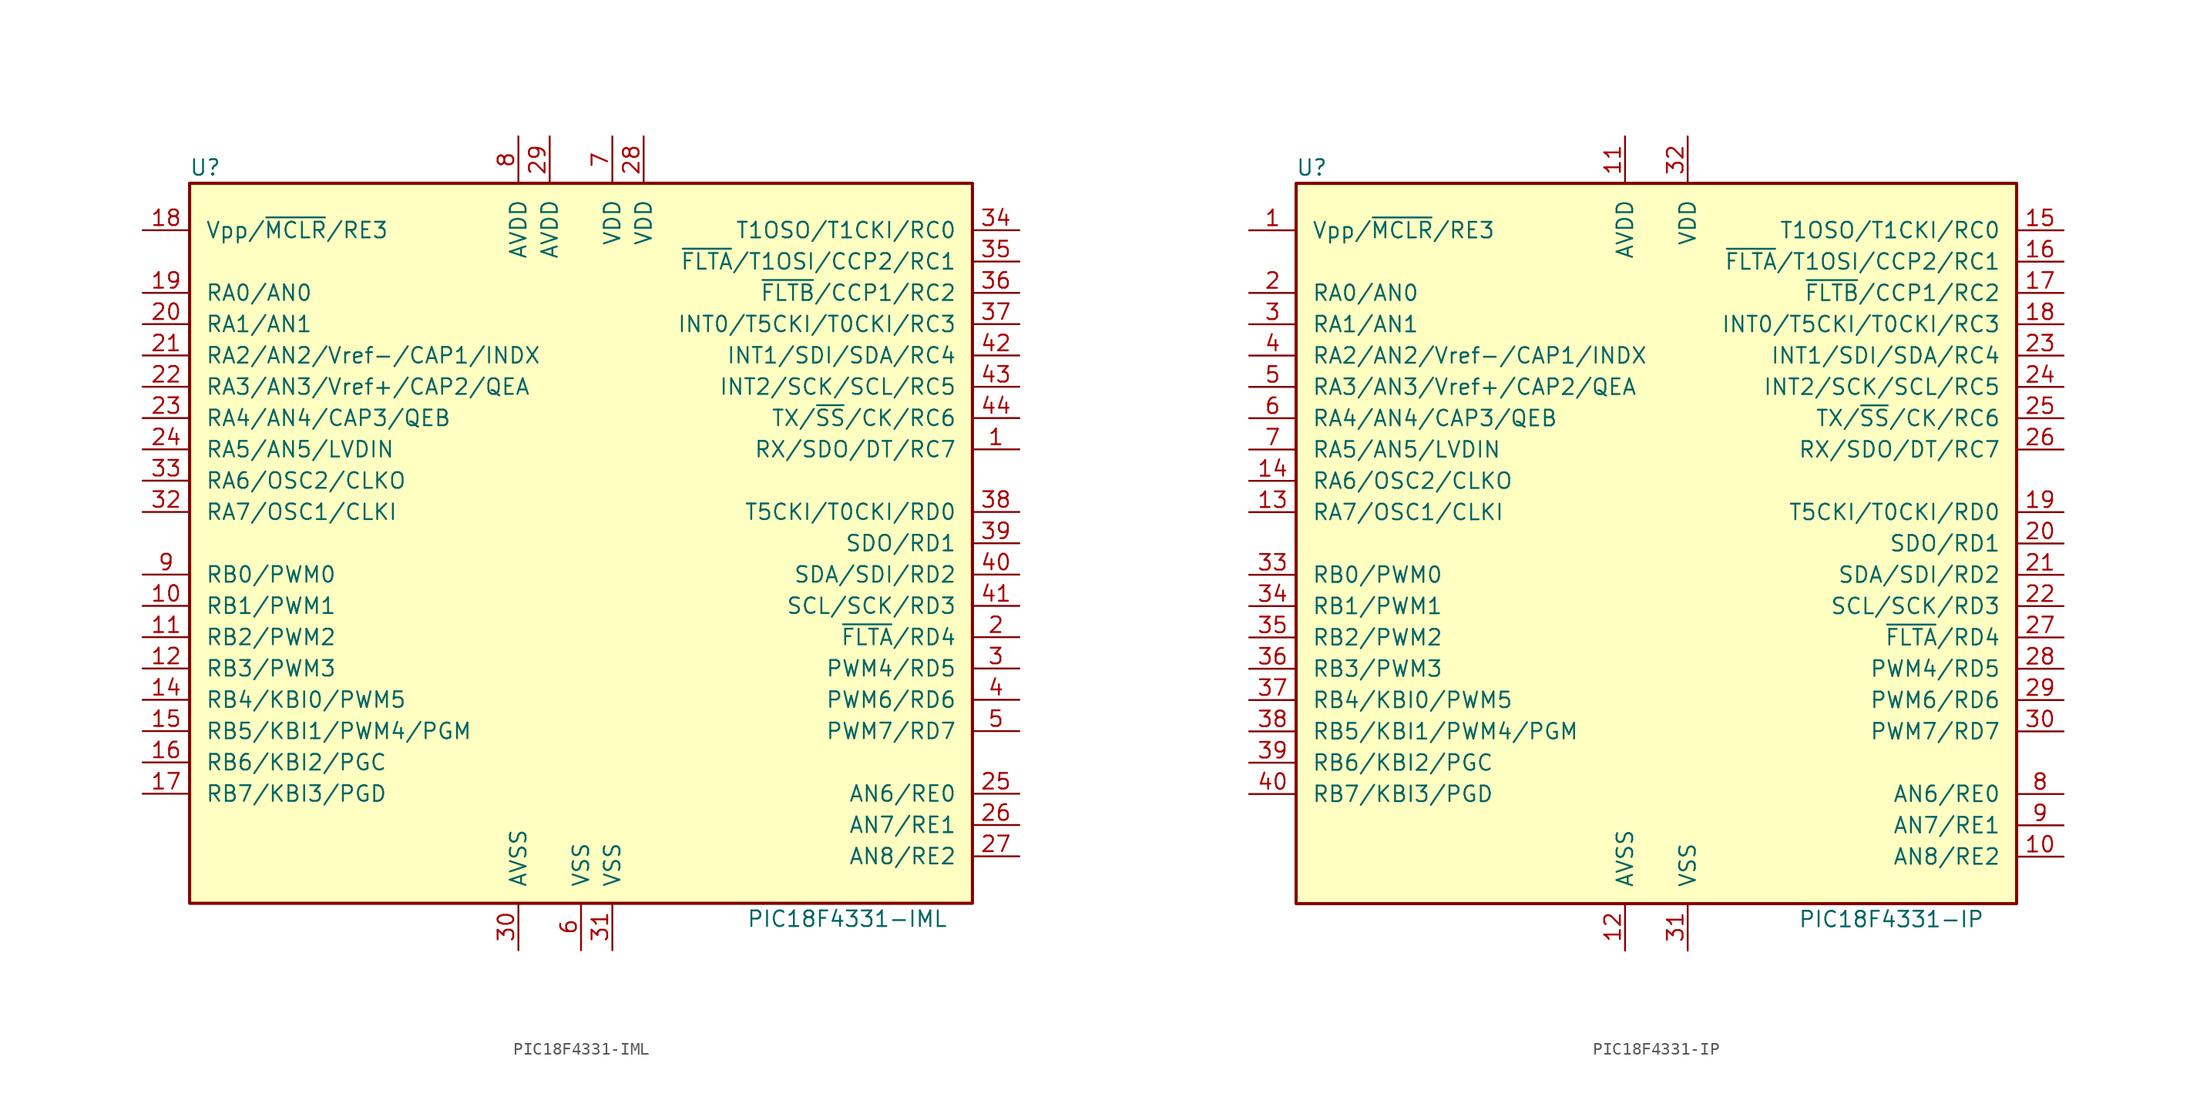
<source format=kicad_sym>
(kicad_symbol_lib
  (version 20201005)
  (generator kicad_symbol_editor)
  (symbol "MCU_Microchip_PIC18:PIC18F4331-IML"
    (pin_names
      (offset 1.27))
    (property "Reference" "U"
      (at -30.48 30.48 0)
      (effects (font (size 1.27 1.27))))
    (property "Value" "PIC18F4331-IML"
      (at 21.59 -30.48 0)
      (effects (font (size 1.27 1.27))))
    (symbol "PIC18F4331-IML_0_1"
      (rectangle (start -31.75 29.21) (end 31.75 -29.21) (stroke (width 0.254)) (fill (type background))))
    (symbol "PIC18F4331-IML_1_1"
      (pin bidirectional line (at 35.56 7.62 180) (length 3.81) (name "RX/SDO/DT/RC7" (effects (font (size 1.27 1.27)))) (number "1" (effects (font (size 1.27 1.27)))))
      (pin bidirectional line (at -35.56 -5.08 0) (length 3.81) (name "RB1/PWM1" (effects (font (size 1.27 1.27)))) (number "10" (effects (font (size 1.27 1.27)))))
      (pin bidirectional line (at -35.56 -7.62 0) (length 3.81) (name "RB2/PWM2" (effects (font (size 1.27 1.27)))) (number "11" (effects (font (size 1.27 1.27)))))
      (pin bidirectional line (at -35.56 -10.16 0) (length 3.81) (name "RB3/PWM3" (effects (font (size 1.27 1.27)))) (number "12" (effects (font (size 1.27 1.27)))))
      (pin no_connect line (at -10.16 -33.02 90) (length 3.81) hide (name "NC" (effects (font (size 1.27 1.27)))) (number "13" (effects (font (size 1.27 1.27)))))
      (pin bidirectional line (at -35.56 -12.7 0) (length 3.81) (name "RB4/KBI0/PWM5" (effects (font (size 1.27 1.27)))) (number "14" (effects (font (size 1.27 1.27)))))
      (pin bidirectional line (at -35.56 -15.24 0) (length 3.81) (name "RB5/KBI1/PWM4/PGM" (effects (font (size 1.27 1.27)))) (number "15" (effects (font (size 1.27 1.27)))))
      (pin bidirectional line (at -35.56 -17.78 0) (length 3.81) (name "RB6/KBI2/PGC" (effects (font (size 1.27 1.27)))) (number "16" (effects (font (size 1.27 1.27)))))
      (pin bidirectional line (at -35.56 -20.32 0) (length 3.81) (name "RB7/KBI3/PGD" (effects (font (size 1.27 1.27)))) (number "17" (effects (font (size 1.27 1.27)))))
      (pin input line (at -35.56 25.4 0) (length 3.81) (name "Vpp/~MCLR~/RE3" (effects (font (size 1.27 1.27)))) (number "18" (effects (font (size 1.27 1.27)))))
      (pin bidirectional line (at -35.56 20.32 0) (length 3.81) (name "RA0/AN0" (effects (font (size 1.27 1.27)))) (number "19" (effects (font (size 1.27 1.27)))))
      (pin bidirectional line (at 35.56 -7.62 180) (length 3.81) (name "~FLTA~/RD4" (effects (font (size 1.27 1.27)))) (number "2" (effects (font (size 1.27 1.27)))))
      (pin bidirectional line (at -35.56 17.78 0) (length 3.81) (name "RA1/AN1" (effects (font (size 1.27 1.27)))) (number "20" (effects (font (size 1.27 1.27)))))
      (pin bidirectional line (at -35.56 15.24 0) (length 3.81) (name "RA2/AN2/Vref-/CAP1/INDX" (effects (font (size 1.27 1.27)))) (number "21" (effects (font (size 1.27 1.27)))))
      (pin bidirectional line (at -35.56 12.7 0) (length 3.81) (name "RA3/AN3/Vref+/CAP2/QEA" (effects (font (size 1.27 1.27)))) (number "22" (effects (font (size 1.27 1.27)))))
      (pin bidirectional line (at -35.56 10.16 0) (length 3.81) (name "RA4/AN4/CAP3/QEB" (effects (font (size 1.27 1.27)))) (number "23" (effects (font (size 1.27 1.27)))))
      (pin bidirectional line (at -35.56 7.62 0) (length 3.81) (name "RA5/AN5/LVDIN" (effects (font (size 1.27 1.27)))) (number "24" (effects (font (size 1.27 1.27)))))
      (pin bidirectional line (at 35.56 -20.32 180) (length 3.81) (name "AN6/RE0" (effects (font (size 1.27 1.27)))) (number "25" (effects (font (size 1.27 1.27)))))
      (pin bidirectional line (at 35.56 -22.86 180) (length 3.81) (name "AN7/RE1" (effects (font (size 1.27 1.27)))) (number "26" (effects (font (size 1.27 1.27)))))
      (pin bidirectional line (at 35.56 -25.4 180) (length 3.81) (name "AN8/RE2" (effects (font (size 1.27 1.27)))) (number "27" (effects (font (size 1.27 1.27)))))
      (pin power_in line (at 5.08 33.02 270) (length 3.81) (name "VDD" (effects (font (size 1.27 1.27)))) (number "28" (effects (font (size 1.27 1.27)))))
      (pin power_in line (at -2.54 33.02 270) (length 3.81) (name "AVDD" (effects (font (size 1.27 1.27)))) (number "29" (effects (font (size 1.27 1.27)))))
      (pin bidirectional line (at 35.56 -10.16 180) (length 3.81) (name "PWM4/RD5" (effects (font (size 1.27 1.27)))) (number "3" (effects (font (size 1.27 1.27)))))
      (pin power_in line (at -5.08 -33.02 90) (length 3.81) (name "AVSS" (effects (font (size 1.27 1.27)))) (number "30" (effects (font (size 1.27 1.27)))))
      (pin power_in line (at 2.54 -33.02 90) (length 3.81) (name "VSS" (effects (font (size 1.27 1.27)))) (number "31" (effects (font (size 1.27 1.27)))))
      (pin bidirectional line (at -35.56 2.54 0) (length 3.81) (name "RA7/OSC1/CLKI" (effects (font (size 1.27 1.27)))) (number "32" (effects (font (size 1.27 1.27)))))
      (pin bidirectional line (at -35.56 5.08 0) (length 3.81) (name "RA6/OSC2/CLKO" (effects (font (size 1.27 1.27)))) (number "33" (effects (font (size 1.27 1.27)))))
      (pin bidirectional line (at 35.56 25.4 180) (length 3.81) (name "T1OSO/T1CKI/RC0" (effects (font (size 1.27 1.27)))) (number "34" (effects (font (size 1.27 1.27)))))
      (pin bidirectional line (at 35.56 22.86 180) (length 3.81) (name "~FLTA~/T1OSI/CCP2/RC1" (effects (font (size 1.27 1.27)))) (number "35" (effects (font (size 1.27 1.27)))))
      (pin bidirectional line (at 35.56 20.32 180) (length 3.81) (name "~FLTB~/CCP1/RC2" (effects (font (size 1.27 1.27)))) (number "36" (effects (font (size 1.27 1.27)))))
      (pin bidirectional line (at 35.56 17.78 180) (length 3.81) (name "INT0/T5CKI/T0CKI/RC3" (effects (font (size 1.27 1.27)))) (number "37" (effects (font (size 1.27 1.27)))))
      (pin bidirectional line (at 35.56 2.54 180) (length 3.81) (name "T5CKI/T0CKI/RD0" (effects (font (size 1.27 1.27)))) (number "38" (effects (font (size 1.27 1.27)))))
      (pin bidirectional line (at 35.56 0 180) (length 3.81) (name "SDO/RD1" (effects (font (size 1.27 1.27)))) (number "39" (effects (font (size 1.27 1.27)))))
      (pin bidirectional line (at 35.56 -12.7 180) (length 3.81) (name "PWM6/RD6" (effects (font (size 1.27 1.27)))) (number "4" (effects (font (size 1.27 1.27)))))
      (pin bidirectional line (at 35.56 -2.54 180) (length 3.81) (name "SDA/SDI/RD2" (effects (font (size 1.27 1.27)))) (number "40" (effects (font (size 1.27 1.27)))))
      (pin bidirectional line (at 35.56 -5.08 180) (length 3.81) (name "SCL/SCK/RD3" (effects (font (size 1.27 1.27)))) (number "41" (effects (font (size 1.27 1.27)))))
      (pin bidirectional line (at 35.56 15.24 180) (length 3.81) (name "INT1/SDI/SDA/RC4" (effects (font (size 1.27 1.27)))) (number "42" (effects (font (size 1.27 1.27)))))
      (pin bidirectional line (at 35.56 12.7 180) (length 3.81) (name "INT2/SCK/SCL/RC5" (effects (font (size 1.27 1.27)))) (number "43" (effects (font (size 1.27 1.27)))))
      (pin bidirectional line (at 35.56 10.16 180) (length 3.81) (name "TX/~SS~/CK/RC6" (effects (font (size 1.27 1.27)))) (number "44" (effects (font (size 1.27 1.27)))))
      (pin bidirectional line (at 35.56 -15.24 180) (length 3.81) (name "PWM7/RD7" (effects (font (size 1.27 1.27)))) (number "5" (effects (font (size 1.27 1.27)))))
      (pin power_in line (at 0 -33.02 90) (length 3.81) (name "VSS" (effects (font (size 1.27 1.27)))) (number "6" (effects (font (size 1.27 1.27)))))
      (pin power_in line (at 2.54 33.02 270) (length 3.81) (name "VDD" (effects (font (size 1.27 1.27)))) (number "7" (effects (font (size 1.27 1.27)))))
      (pin power_in line (at -5.08 33.02 270) (length 3.81) (name "AVDD" (effects (font (size 1.27 1.27)))) (number "8" (effects (font (size 1.27 1.27)))))
      (pin bidirectional line (at -35.56 -2.54 0) (length 3.81) (name "RB0/PWM0" (effects (font (size 1.27 1.27)))) (number "9" (effects (font (size 1.27 1.27)))))))
  (symbol "MCU_Microchip_PIC18:PIC18F4331-IP"
    (pin_names
      (offset 1.27))
    (property "Reference" "U"
      (at -27.94 30.48 0)
      (effects (font (size 1.27 1.27))))
    (property "Value" "PIC18F4331-IP"
      (at 19.05 -30.48 0)
      (effects (font (size 1.27 1.27))))
    (symbol "PIC18F4331-IP_0_1"
      (rectangle (start -29.21 29.21) (end 29.21 -29.21) (stroke (width 0.254)) (fill (type background))))
    (symbol "PIC18F4331-IP_1_1"
      (pin input line (at -33.02 25.4 0) (length 3.81) (name "Vpp/~MCLR~/RE3" (effects (font (size 1.27 1.27)))) (number "1" (effects (font (size 1.27 1.27)))))
      (pin bidirectional line (at 33.02 -25.4 180) (length 3.81) (name "AN8/RE2" (effects (font (size 1.27 1.27)))) (number "10" (effects (font (size 1.27 1.27)))))
      (pin power_in line (at -2.54 33.02 270) (length 3.81) (name "AVDD" (effects (font (size 1.27 1.27)))) (number "11" (effects (font (size 1.27 1.27)))))
      (pin power_in line (at -2.54 -33.02 90) (length 3.81) (name "AVSS" (effects (font (size 1.27 1.27)))) (number "12" (effects (font (size 1.27 1.27)))))
      (pin bidirectional line (at -33.02 2.54 0) (length 3.81) (name "RA7/OSC1/CLKI" (effects (font (size 1.27 1.27)))) (number "13" (effects (font (size 1.27 1.27)))))
      (pin bidirectional line (at -33.02 5.08 0) (length 3.81) (name "RA6/OSC2/CLKO" (effects (font (size 1.27 1.27)))) (number "14" (effects (font (size 1.27 1.27)))))
      (pin bidirectional line (at 33.02 25.4 180) (length 3.81) (name "T1OSO/T1CKI/RC0" (effects (font (size 1.27 1.27)))) (number "15" (effects (font (size 1.27 1.27)))))
      (pin bidirectional line (at 33.02 22.86 180) (length 3.81) (name "~FLTA~/T1OSI/CCP2/RC1" (effects (font (size 1.27 1.27)))) (number "16" (effects (font (size 1.27 1.27)))))
      (pin bidirectional line (at 33.02 20.32 180) (length 3.81) (name "~FLTB~/CCP1/RC2" (effects (font (size 1.27 1.27)))) (number "17" (effects (font (size 1.27 1.27)))))
      (pin bidirectional line (at 33.02 17.78 180) (length 3.81) (name "INT0/T5CKI/T0CKI/RC3" (effects (font (size 1.27 1.27)))) (number "18" (effects (font (size 1.27 1.27)))))
      (pin bidirectional line (at 33.02 2.54 180) (length 3.81) (name "T5CKI/T0CKI/RD0" (effects (font (size 1.27 1.27)))) (number "19" (effects (font (size 1.27 1.27)))))
      (pin bidirectional line (at -33.02 20.32 0) (length 3.81) (name "RA0/AN0" (effects (font (size 1.27 1.27)))) (number "2" (effects (font (size 1.27 1.27)))))
      (pin bidirectional line (at 33.02 0 180) (length 3.81) (name "SDO/RD1" (effects (font (size 1.27 1.27)))) (number "20" (effects (font (size 1.27 1.27)))))
      (pin bidirectional line (at 33.02 -2.54 180) (length 3.81) (name "SDA/SDI/RD2" (effects (font (size 1.27 1.27)))) (number "21" (effects (font (size 1.27 1.27)))))
      (pin bidirectional line (at 33.02 -5.08 180) (length 3.81) (name "SCL/SCK/RD3" (effects (font (size 1.27 1.27)))) (number "22" (effects (font (size 1.27 1.27)))))
      (pin bidirectional line (at 33.02 15.24 180) (length 3.81) (name "INT1/SDI/SDA/RC4" (effects (font (size 1.27 1.27)))) (number "23" (effects (font (size 1.27 1.27)))))
      (pin bidirectional line (at 33.02 12.7 180) (length 3.81) (name "INT2/SCK/SCL/RC5" (effects (font (size 1.27 1.27)))) (number "24" (effects (font (size 1.27 1.27)))))
      (pin bidirectional line (at 33.02 10.16 180) (length 3.81) (name "TX/~SS~/CK/RC6" (effects (font (size 1.27 1.27)))) (number "25" (effects (font (size 1.27 1.27)))))
      (pin bidirectional line (at 33.02 7.62 180) (length 3.81) (name "RX/SDO/DT/RC7" (effects (font (size 1.27 1.27)))) (number "26" (effects (font (size 1.27 1.27)))))
      (pin bidirectional line (at 33.02 -7.62 180) (length 3.81) (name "~FLTA~/RD4" (effects (font (size 1.27 1.27)))) (number "27" (effects (font (size 1.27 1.27)))))
      (pin bidirectional line (at 33.02 -10.16 180) (length 3.81) (name "PWM4/RD5" (effects (font (size 1.27 1.27)))) (number "28" (effects (font (size 1.27 1.27)))))
      (pin bidirectional line (at 33.02 -12.7 180) (length 3.81) (name "PWM6/RD6" (effects (font (size 1.27 1.27)))) (number "29" (effects (font (size 1.27 1.27)))))
      (pin bidirectional line (at -33.02 17.78 0) (length 3.81) (name "RA1/AN1" (effects (font (size 1.27 1.27)))) (number "3" (effects (font (size 1.27 1.27)))))
      (pin bidirectional line (at 33.02 -15.24 180) (length 3.81) (name "PWM7/RD7" (effects (font (size 1.27 1.27)))) (number "30" (effects (font (size 1.27 1.27)))))
      (pin power_in line (at 2.54 -33.02 90) (length 3.81) (name "VSS" (effects (font (size 1.27 1.27)))) (number "31" (effects (font (size 1.27 1.27)))))
      (pin power_in line (at 2.54 33.02 270) (length 3.81) (name "VDD" (effects (font (size 1.27 1.27)))) (number "32" (effects (font (size 1.27 1.27)))))
      (pin bidirectional line (at -33.02 -2.54 0) (length 3.81) (name "RB0/PWM0" (effects (font (size 1.27 1.27)))) (number "33" (effects (font (size 1.27 1.27)))))
      (pin bidirectional line (at -33.02 -5.08 0) (length 3.81) (name "RB1/PWM1" (effects (font (size 1.27 1.27)))) (number "34" (effects (font (size 1.27 1.27)))))
      (pin bidirectional line (at -33.02 -7.62 0) (length 3.81) (name "RB2/PWM2" (effects (font (size 1.27 1.27)))) (number "35" (effects (font (size 1.27 1.27)))))
      (pin bidirectional line (at -33.02 -10.16 0) (length 3.81) (name "RB3/PWM3" (effects (font (size 1.27 1.27)))) (number "36" (effects (font (size 1.27 1.27)))))
      (pin bidirectional line (at -33.02 -12.7 0) (length 3.81) (name "RB4/KBI0/PWM5" (effects (font (size 1.27 1.27)))) (number "37" (effects (font (size 1.27 1.27)))))
      (pin bidirectional line (at -33.02 -15.24 0) (length 3.81) (name "RB5/KBI1/PWM4/PGM" (effects (font (size 1.27 1.27)))) (number "38" (effects (font (size 1.27 1.27)))))
      (pin bidirectional line (at -33.02 -17.78 0) (length 3.81) (name "RB6/KBI2/PGC" (effects (font (size 1.27 1.27)))) (number "39" (effects (font (size 1.27 1.27)))))
      (pin bidirectional line (at -33.02 15.24 0) (length 3.81) (name "RA2/AN2/Vref-/CAP1/INDX" (effects (font (size 1.27 1.27)))) (number "4" (effects (font (size 1.27 1.27)))))
      (pin bidirectional line (at -33.02 -20.32 0) (length 3.81) (name "RB7/KBI3/PGD" (effects (font (size 1.27 1.27)))) (number "40" (effects (font (size 1.27 1.27)))))
      (pin bidirectional line (at -33.02 12.7 0) (length 3.81) (name "RA3/AN3/Vref+/CAP2/QEA" (effects (font (size 1.27 1.27)))) (number "5" (effects (font (size 1.27 1.27)))))
      (pin bidirectional line (at -33.02 10.16 0) (length 3.81) (name "RA4/AN4/CAP3/QEB" (effects (font (size 1.27 1.27)))) (number "6" (effects (font (size 1.27 1.27)))))
      (pin bidirectional line (at -33.02 7.62 0) (length 3.81) (name "RA5/AN5/LVDIN" (effects (font (size 1.27 1.27)))) (number "7" (effects (font (size 1.27 1.27)))))
      (pin bidirectional line (at 33.02 -20.32 180) (length 3.81) (name "AN6/RE0" (effects (font (size 1.27 1.27)))) (number "8" (effects (font (size 1.27 1.27)))))
      (pin bidirectional line (at 33.02 -22.86 180) (length 3.81) (name "AN7/RE1" (effects (font (size 1.27 1.27)))) (number "9" (effects (font (size 1.27 1.27))))))))
</source>
